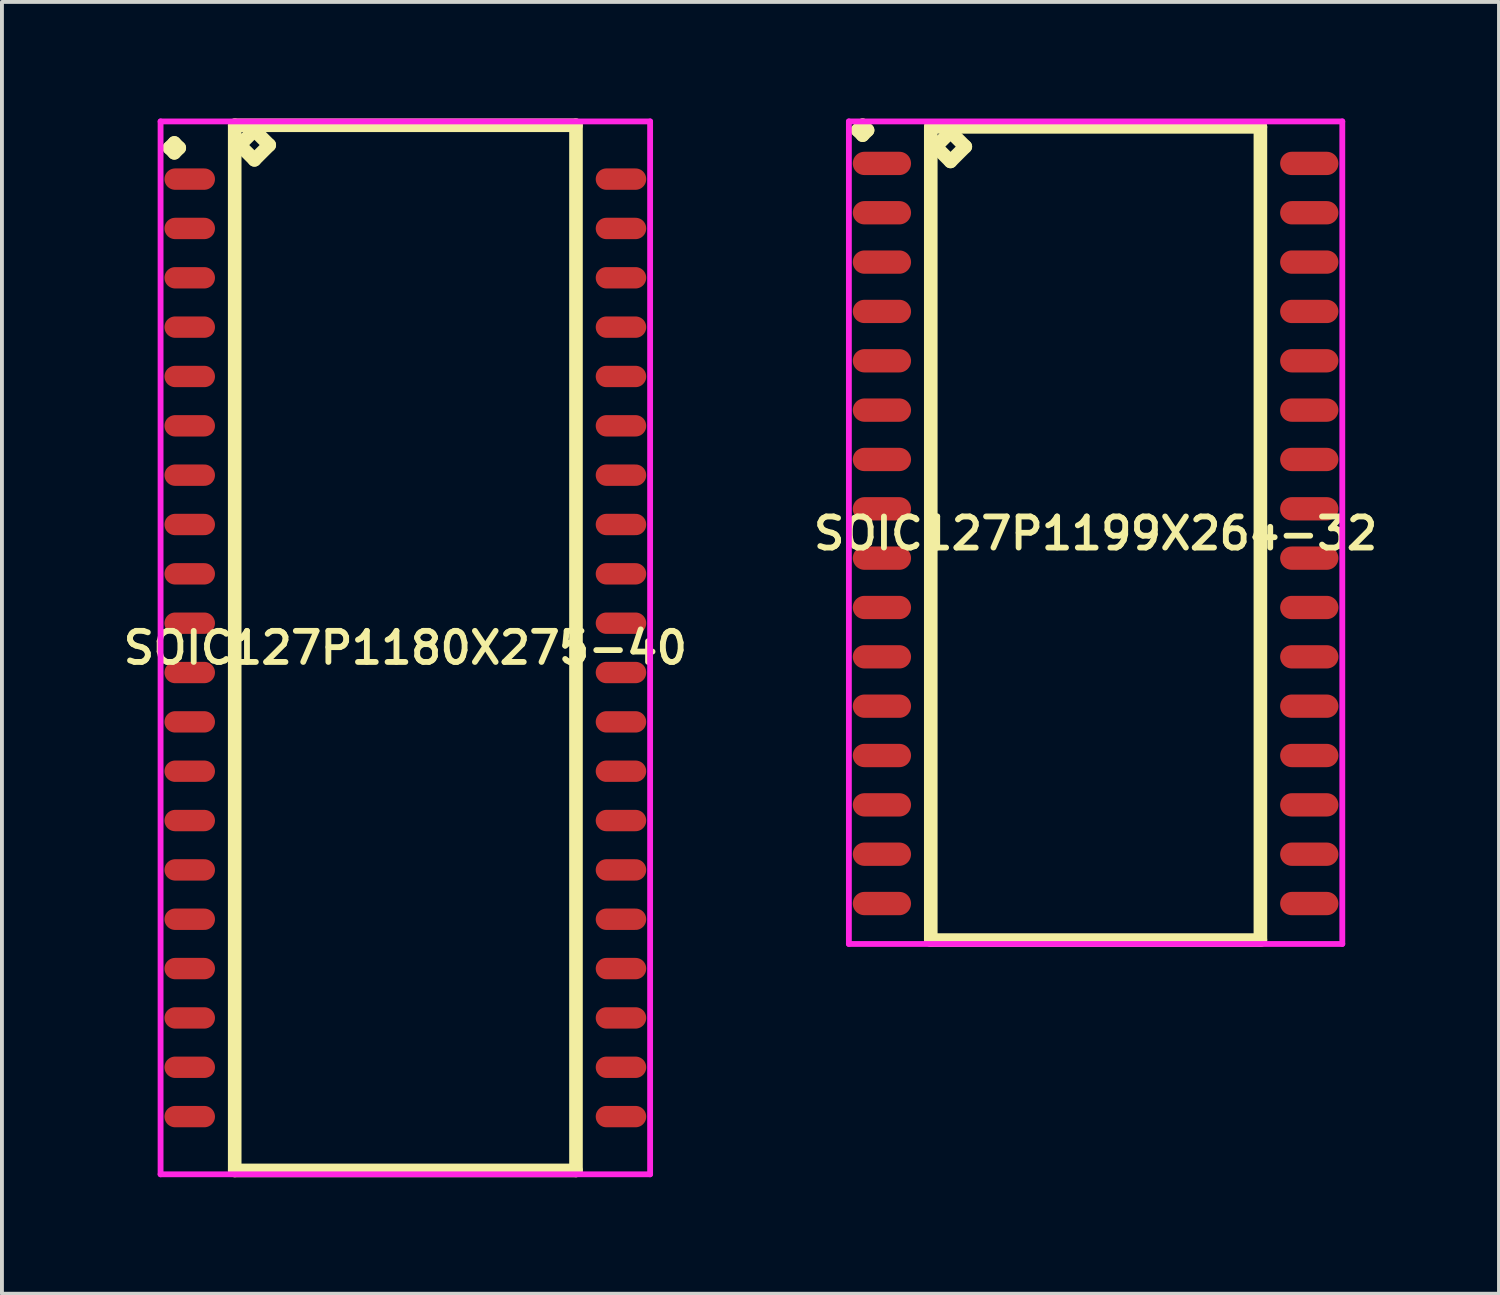
<source format=kicad_pcb>
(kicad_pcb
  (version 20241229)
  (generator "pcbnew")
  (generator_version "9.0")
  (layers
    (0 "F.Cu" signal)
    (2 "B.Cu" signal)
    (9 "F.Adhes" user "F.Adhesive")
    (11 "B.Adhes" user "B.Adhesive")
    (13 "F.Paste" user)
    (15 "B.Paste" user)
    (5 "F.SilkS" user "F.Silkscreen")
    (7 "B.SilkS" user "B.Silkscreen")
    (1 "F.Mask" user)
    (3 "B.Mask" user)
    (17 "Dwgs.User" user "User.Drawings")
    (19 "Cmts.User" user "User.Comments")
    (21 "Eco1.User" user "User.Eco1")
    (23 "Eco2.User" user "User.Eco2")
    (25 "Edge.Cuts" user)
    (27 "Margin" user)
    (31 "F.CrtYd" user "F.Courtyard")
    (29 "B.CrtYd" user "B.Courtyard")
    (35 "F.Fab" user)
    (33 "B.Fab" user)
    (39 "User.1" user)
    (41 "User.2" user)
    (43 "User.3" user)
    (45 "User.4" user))
  (footprint "SOIC127P1199X264-32"
    (layer "F.Cu")
    (at 25.149 10.681)
    (property "Reference" "SOIC127P1199X264-32" (at 0 0 0) (layer "F.SilkS") (effects (font (size 0.8 0.8) (thickness 0.15))))
    (attr smd)
    (fp_line (start -6.123 -10.379) (end -5.996 -10.506) (stroke (width 0.35) (type solid)) (layer "F.SilkS"))
    (fp_line (start -5.996 -10.506) (end -5.869 -10.379) (stroke (width 0.35) (type solid)) (layer "F.SilkS"))
    (fp_line (start -5.996 -10.252) (end -6.123 -10.379) (stroke (width 0.35) (type solid)) (layer "F.SilkS"))
    (fp_line (start -5.869 -10.379) (end -5.996 -10.252) (stroke (width 0.35) (type solid)) (layer "F.SilkS"))
    (fp_line (start -4.242 -10.465) (end -4.242 10.465) (stroke (width 0.35) (type solid)) (layer "F.SilkS"))
    (fp_line (start -4.242 10.465) (end 4.242 10.465) (stroke (width 0.35) (type solid)) (layer "F.SilkS"))
    (fp_line (start -4.115 -9.957) (end -3.734 -10.338) (stroke (width 0.35) (type solid)) (layer "F.SilkS"))
    (fp_line (start -3.734 -10.338) (end -3.353 -9.957) (stroke (width 0.35) (type solid)) (layer "F.SilkS"))
    (fp_line (start -3.734 -9.576) (end -4.115 -9.957) (stroke (width 0.35) (type solid)) (layer "F.SilkS"))
    (fp_line (start -3.353 -9.957) (end -3.734 -9.576) (stroke (width 0.35) (type solid)) (layer "F.SilkS"))
    (fp_line (start 4.242 -10.465) (end -4.242 -10.465) (stroke (width 0.35) (type solid)) (layer "F.SilkS"))
    (fp_line (start 4.242 10.465) (end 4.242 -10.465) (stroke (width 0.35) (type solid)) (layer "F.SilkS"))
    (fp_line (start -6.35 -10.606) (end 6.35 -10.606) (stroke (width 0.15) (type solid)) (layer "F.CrtYd"))
    (fp_line (start -6.35 10.565) (end -6.35 -10.606) (stroke (width 0.15) (type solid)) (layer "F.CrtYd"))
    (fp_line (start 6.35 -10.606) (end 6.35 10.565) (stroke (width 0.15) (type solid)) (layer "F.CrtYd"))
    (fp_line (start 6.35 10.565) (end -6.35 10.565) (stroke (width 0.15) (type solid)) (layer "F.CrtYd"))
    (pad "1" smd oval (at -5.5 -9.525) (size 1.5 0.6) (layers "F.Cu" "F.Mask" "F.Paste"))
    (pad "2" smd oval (at -5.5 -8.255) (size 1.5 0.6) (layers "F.Cu" "F.Mask" "F.Paste"))
    (pad "3" smd oval (at -5.5 -6.985) (size 1.5 0.6) (layers "F.Cu" "F.Mask" "F.Paste"))
    (pad "4" smd oval (at -5.5 -5.715) (size 1.5 0.6) (layers "F.Cu" "F.Mask" "F.Paste"))
    (pad "5" smd oval (at -5.5 -4.445) (size 1.5 0.6) (layers "F.Cu" "F.Mask" "F.Paste"))
    (pad "6" smd oval (at -5.5 -3.175) (size 1.5 0.6) (layers "F.Cu" "F.Mask" "F.Paste"))
    (pad "7" smd oval (at -5.5 -1.905) (size 1.5 0.6) (layers "F.Cu" "F.Mask" "F.Paste"))
    (pad "8" smd oval (at -5.5 -0.635) (size 1.5 0.6) (layers "F.Cu" "F.Mask" "F.Paste"))
    (pad "9" smd oval (at -5.5 0.635) (size 1.5 0.6) (layers "F.Cu" "F.Mask" "F.Paste"))
    (pad "10" smd oval (at -5.5 1.905) (size 1.5 0.6) (layers "F.Cu" "F.Mask" "F.Paste"))
    (pad "11" smd oval (at -5.5 3.175) (size 1.5 0.6) (layers "F.Cu" "F.Mask" "F.Paste"))
    (pad "12" smd oval (at -5.5 4.445) (size 1.5 0.6) (layers "F.Cu" "F.Mask" "F.Paste"))
    (pad "13" smd oval (at -5.5 5.715) (size 1.5 0.6) (layers "F.Cu" "F.Mask" "F.Paste"))
    (pad "14" smd oval (at -5.5 6.985) (size 1.5 0.6) (layers "F.Cu" "F.Mask" "F.Paste"))
    (pad "15" smd oval (at -5.5 8.255) (size 1.5 0.6) (layers "F.Cu" "F.Mask" "F.Paste"))
    (pad "16" smd oval (at -5.5 9.525) (size 1.5 0.6) (layers "F.Cu" "F.Mask" "F.Paste"))
    (pad "17" smd oval (at 5.5 9.525) (size 1.5 0.6) (layers "F.Cu" "F.Mask" "F.Paste"))
    (pad "18" smd oval (at 5.5 8.255) (size 1.5 0.6) (layers "F.Cu" "F.Mask" "F.Paste"))
    (pad "19" smd oval (at 5.5 6.985) (size 1.5 0.6) (layers "F.Cu" "F.Mask" "F.Paste"))
    (pad "20" smd oval (at 5.5 5.715) (size 1.5 0.6) (layers "F.Cu" "F.Mask" "F.Paste"))
    (pad "21" smd oval (at 5.5 4.445) (size 1.5 0.6) (layers "F.Cu" "F.Mask" "F.Paste"))
    (pad "22" smd oval (at 5.5 3.175) (size 1.5 0.6) (layers "F.Cu" "F.Mask" "F.Paste"))
    (pad "23" smd oval (at 5.5 1.905) (size 1.5 0.6) (layers "F.Cu" "F.Mask" "F.Paste"))
    (pad "24" smd oval (at 5.5 0.635) (size 1.5 0.6) (layers "F.Cu" "F.Mask" "F.Paste"))
    (pad "25" smd oval (at 5.5 -0.635) (size 1.5 0.6) (layers "F.Cu" "F.Mask" "F.Paste"))
    (pad "26" smd oval (at 5.5 -1.905) (size 1.5 0.6) (layers "F.Cu" "F.Mask" "F.Paste"))
    (pad "27" smd oval (at 5.5 -3.175) (size 1.5 0.6) (layers "F.Cu" "F.Mask" "F.Paste"))
    (pad "28" smd oval (at 5.5 -4.445) (size 1.5 0.6) (layers "F.Cu" "F.Mask" "F.Paste"))
    (pad "29" smd oval (at 5.5 -5.715) (size 1.5 0.6) (layers "F.Cu" "F.Mask" "F.Paste"))
    (pad "30" smd oval (at 5.5 -6.985) (size 1.5 0.6) (layers "F.Cu" "F.Mask" "F.Paste"))
    (pad "31" smd oval (at 5.5 -8.255) (size 1.5 0.6) (layers "F.Cu" "F.Mask" "F.Paste"))
    (pad "32" smd oval (at 5.5 -9.525) (size 1.5 0.6) (layers "F.Cu" "F.Mask" "F.Paste")))
  (footprint "SOIC127P1180X275-40"
    (layer "F.Cu")
    (at 7.383 13.625)
    (property "Reference" "SOIC127P1180X275-40" (at 0 0 0) (layer "F.SilkS") (effects (font (size 0.8 0.8) (thickness 0.15))))
    (attr smd)
    (fp_line (start -6.073 -12.869) (end -5.946 -12.996) (stroke (width 0.35) (type solid)) (layer "F.SilkS"))
    (fp_line (start -5.946 -12.996) (end -5.819 -12.869) (stroke (width 0.35) (type solid)) (layer "F.SilkS"))
    (fp_line (start -5.946 -12.742) (end -6.073 -12.869) (stroke (width 0.35) (type solid)) (layer "F.SilkS"))
    (fp_line (start -5.819 -12.869) (end -5.946 -12.742) (stroke (width 0.35) (type solid)) (layer "F.SilkS"))
    (fp_line (start -4.392 -13.45) (end -4.392 13.45) (stroke (width 0.35) (type solid)) (layer "F.SilkS"))
    (fp_line (start -4.392 13.45) (end 4.392 13.45) (stroke (width 0.35) (type solid)) (layer "F.SilkS"))
    (fp_line (start -4.265 -12.942) (end -3.884 -13.323) (stroke (width 0.35) (type solid)) (layer "F.SilkS"))
    (fp_line (start -3.884 -13.323) (end -3.503 -12.942) (stroke (width 0.35) (type solid)) (layer "F.SilkS"))
    (fp_line (start -3.884 -12.561) (end -4.265 -12.942) (stroke (width 0.35) (type solid)) (layer "F.SilkS"))
    (fp_line (start -3.503 -12.942) (end -3.884 -12.561) (stroke (width 0.35) (type solid)) (layer "F.SilkS"))
    (fp_line (start 4.392 -13.45) (end -4.392 -13.45) (stroke (width 0.35) (type solid)) (layer "F.SilkS"))
    (fp_line (start 4.392 13.45) (end 4.392 -13.45) (stroke (width 0.35) (type solid)) (layer "F.SilkS"))
    (fp_line (start -6.3 -13.55) (end 6.3 -13.55) (stroke (width 0.15) (type solid)) (layer "F.CrtYd"))
    (fp_line (start -6.3 13.55) (end -6.3 -13.55) (stroke (width 0.15) (type solid)) (layer "F.CrtYd"))
    (fp_line (start 6.3 -13.55) (end 6.3 13.55) (stroke (width 0.15) (type solid)) (layer "F.CrtYd"))
    (fp_line (start 6.3 13.55) (end -6.3 13.55) (stroke (width 0.15) (type solid)) (layer "F.CrtYd"))
    (pad "1" smd oval (at -5.55 -12.065) (size 1.3 0.55) (layers "F.Cu" "F.Mask" "F.Paste"))
    (pad "2" smd oval (at -5.55 -10.795) (size 1.3 0.55) (layers "F.Cu" "F.Mask" "F.Paste"))
    (pad "3" smd oval (at -5.55 -9.525) (size 1.3 0.55) (layers "F.Cu" "F.Mask" "F.Paste"))
    (pad "4" smd oval (at -5.55 -8.255) (size 1.3 0.55) (layers "F.Cu" "F.Mask" "F.Paste"))
    (pad "5" smd oval (at -5.55 -6.985) (size 1.3 0.55) (layers "F.Cu" "F.Mask" "F.Paste"))
    (pad "6" smd oval (at -5.55 -5.715) (size 1.3 0.55) (layers "F.Cu" "F.Mask" "F.Paste"))
    (pad "7" smd oval (at -5.55 -4.445) (size 1.3 0.55) (layers "F.Cu" "F.Mask" "F.Paste"))
    (pad "8" smd oval (at -5.55 -3.175) (size 1.3 0.55) (layers "F.Cu" "F.Mask" "F.Paste"))
    (pad "9" smd oval (at -5.55 -1.905) (size 1.3 0.55) (layers "F.Cu" "F.Mask" "F.Paste"))
    (pad "10" smd oval (at -5.55 -0.635) (size 1.3 0.55) (layers "F.Cu" "F.Mask" "F.Paste"))
    (pad "11" smd oval (at -5.55 0.635) (size 1.3 0.55) (layers "F.Cu" "F.Mask" "F.Paste"))
    (pad "12" smd oval (at -5.55 1.905) (size 1.3 0.55) (layers "F.Cu" "F.Mask" "F.Paste"))
    (pad "13" smd oval (at -5.55 3.175) (size 1.3 0.55) (layers "F.Cu" "F.Mask" "F.Paste"))
    (pad "14" smd oval (at -5.55 4.445) (size 1.3 0.55) (layers "F.Cu" "F.Mask" "F.Paste"))
    (pad "15" smd oval (at -5.55 5.715) (size 1.3 0.55) (layers "F.Cu" "F.Mask" "F.Paste"))
    (pad "16" smd oval (at -5.55 6.985) (size 1.3 0.55) (layers "F.Cu" "F.Mask" "F.Paste"))
    (pad "17" smd oval (at -5.55 8.255) (size 1.3 0.55) (layers "F.Cu" "F.Mask" "F.Paste"))
    (pad "18" smd oval (at -5.55 9.525) (size 1.3 0.55) (layers "F.Cu" "F.Mask" "F.Paste"))
    (pad "19" smd oval (at -5.55 10.795) (size 1.3 0.55) (layers "F.Cu" "F.Mask" "F.Paste"))
    (pad "20" smd oval (at -5.55 12.065) (size 1.3 0.55) (layers "F.Cu" "F.Mask" "F.Paste"))
    (pad "21" smd oval (at 5.55 12.065) (size 1.3 0.55) (layers "F.Cu" "F.Mask" "F.Paste"))
    (pad "22" smd oval (at 5.55 10.795) (size 1.3 0.55) (layers "F.Cu" "F.Mask" "F.Paste"))
    (pad "23" smd oval (at 5.55 9.525) (size 1.3 0.55) (layers "F.Cu" "F.Mask" "F.Paste"))
    (pad "24" smd oval (at 5.55 8.255) (size 1.3 0.55) (layers "F.Cu" "F.Mask" "F.Paste"))
    (pad "25" smd oval (at 5.55 6.985) (size 1.3 0.55) (layers "F.Cu" "F.Mask" "F.Paste"))
    (pad "26" smd oval (at 5.55 5.715) (size 1.3 0.55) (layers "F.Cu" "F.Mask" "F.Paste"))
    (pad "27" smd oval (at 5.55 4.445) (size 1.3 0.55) (layers "F.Cu" "F.Mask" "F.Paste"))
    (pad "28" smd oval (at 5.55 3.175) (size 1.3 0.55) (layers "F.Cu" "F.Mask" "F.Paste"))
    (pad "29" smd oval (at 5.55 1.905) (size 1.3 0.55) (layers "F.Cu" "F.Mask" "F.Paste"))
    (pad "30" smd oval (at 5.55 0.635) (size 1.3 0.55) (layers "F.Cu" "F.Mask" "F.Paste"))
    (pad "31" smd oval (at 5.55 -0.635) (size 1.3 0.55) (layers "F.Cu" "F.Mask" "F.Paste"))
    (pad "32" smd oval (at 5.55 -1.905) (size 1.3 0.55) (layers "F.Cu" "F.Mask" "F.Paste"))
    (pad "33" smd oval (at 5.55 -3.175) (size 1.3 0.55) (layers "F.Cu" "F.Mask" "F.Paste"))
    (pad "34" smd oval (at 5.55 -4.445) (size 1.3 0.55) (layers "F.Cu" "F.Mask" "F.Paste"))
    (pad "35" smd oval (at 5.55 -5.715) (size 1.3 0.55) (layers "F.Cu" "F.Mask" "F.Paste"))
    (pad "36" smd oval (at 5.55 -6.985) (size 1.3 0.55) (layers "F.Cu" "F.Mask" "F.Paste"))
    (pad "37" smd oval (at 5.55 -8.255) (size 1.3 0.55) (layers "F.Cu" "F.Mask" "F.Paste"))
    (pad "38" smd oval (at 5.55 -9.525) (size 1.3 0.55) (layers "F.Cu" "F.Mask" "F.Paste"))
    (pad "39" smd oval (at 5.55 -10.795) (size 1.3 0.55) (layers "F.Cu" "F.Mask" "F.Paste"))
    (pad "40" smd oval (at 5.55 -12.065) (size 1.3 0.55) (layers "F.Cu" "F.Mask" "F.Paste")))
  (gr_rect
    (start -3 -3)
    (end 35.532 30.25)
    (stroke (width 0.1) (type default))
    (fill no)
    (layer "Edge.Cuts")))
</source>
